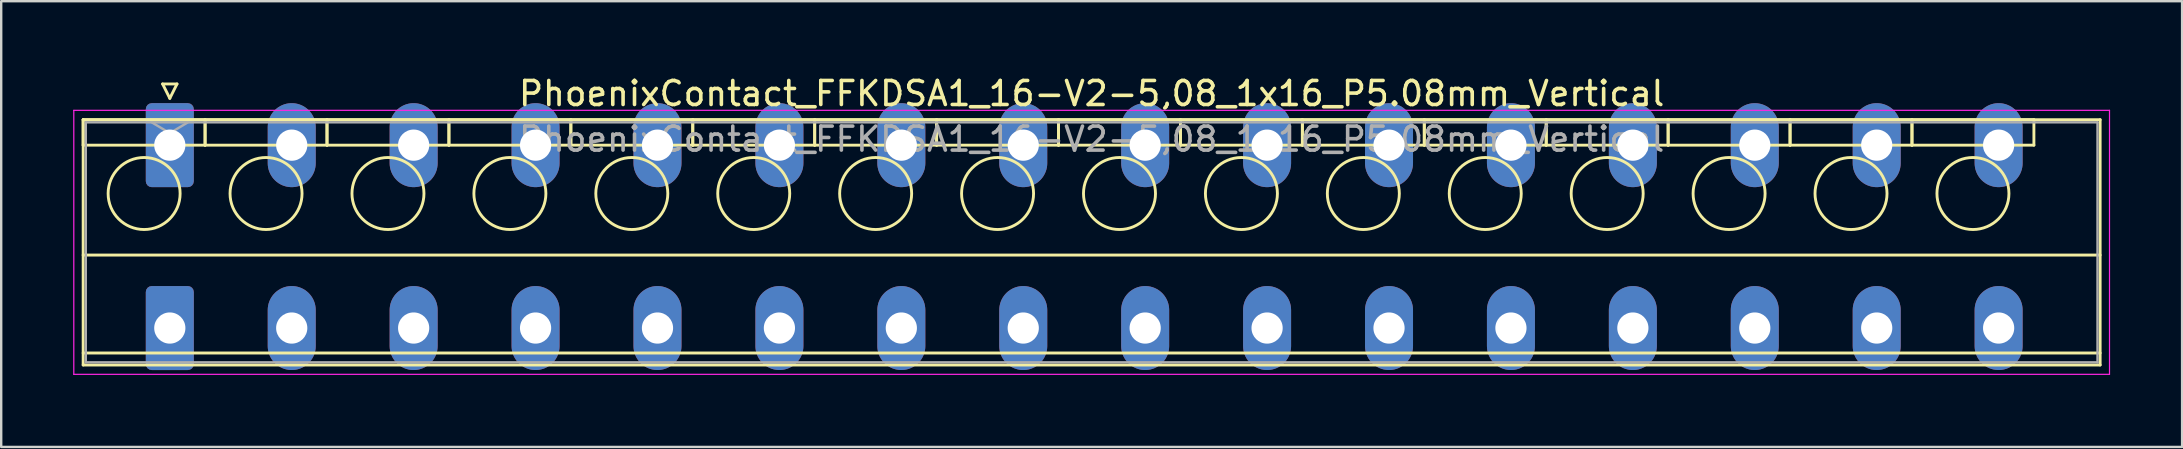
<source format=kicad_pcb>
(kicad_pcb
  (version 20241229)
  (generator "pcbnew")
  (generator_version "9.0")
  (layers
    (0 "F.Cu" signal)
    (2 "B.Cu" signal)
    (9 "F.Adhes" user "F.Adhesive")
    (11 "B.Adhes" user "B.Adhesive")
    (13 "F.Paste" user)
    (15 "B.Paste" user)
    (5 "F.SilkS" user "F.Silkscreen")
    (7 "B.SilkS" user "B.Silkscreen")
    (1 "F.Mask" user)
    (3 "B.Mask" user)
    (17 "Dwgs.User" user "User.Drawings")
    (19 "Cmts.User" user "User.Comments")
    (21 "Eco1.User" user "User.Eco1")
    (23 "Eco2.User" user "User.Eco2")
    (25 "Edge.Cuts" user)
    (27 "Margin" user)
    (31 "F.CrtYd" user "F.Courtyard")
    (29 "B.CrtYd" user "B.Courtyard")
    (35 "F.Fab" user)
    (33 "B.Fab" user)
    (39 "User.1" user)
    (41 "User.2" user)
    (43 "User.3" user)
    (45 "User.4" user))
  (footprint "PhoenixContact_FFKDSA1_16-V2-5,08_1x16_P5.08mm_Vertical"
    (layer "F.Cu")
    (at 4.025 2.998)
    (property "Reference" "PhoenixContact_FFKDSA1_16-V2-5,08_1x16_P5.08mm_Vertical" (at 38.41 -2.15 0) (layer "F.SilkS") (effects (font (size 1 1) (thickness 0.15))))
    (attr through_hole)
    (fp_line (start -3.61 -1.06) (end -3.61 0) (stroke (width 0.12) (type solid)) (layer "F.SilkS"))
    (fp_line (start -3.61 -1.06) (end -3.61 9.16) (stroke (width 0.12) (type solid)) (layer "F.SilkS"))
    (fp_line (start -3.61 0) (end 1.47 0) (stroke (width 0.12) (type solid)) (layer "F.SilkS"))
    (fp_line (start -3.61 4.58) (end 80.43 4.58) (stroke (width 0.12) (type solid)) (layer "F.SilkS"))
    (fp_line (start -3.61 8.66) (end 80.43 8.66) (stroke (width 0.12) (type solid)) (layer "F.SilkS"))
    (fp_line (start -3.61 9.16) (end 80.43 9.16) (stroke (width 0.12) (type solid)) (layer "F.SilkS"))
    (fp_line (start -0.3 -2.55) (end 0.3 -2.55) (stroke (width 0.12) (type solid)) (layer "F.SilkS"))
    (fp_line (start 0 -1.95) (end -0.3 -2.55) (stroke (width 0.12) (type solid)) (layer "F.SilkS"))
    (fp_line (start 0.3 -2.55) (end 0 -1.95) (stroke (width 0.12) (type solid)) (layer "F.SilkS"))
    (fp_line (start 1.47 -1.06) (end -3.61 -1.06) (stroke (width 0.12) (type solid)) (layer "F.SilkS"))
    (fp_line (start 1.47 -1.06) (end 1.47 0) (stroke (width 0.12) (type solid)) (layer "F.SilkS"))
    (fp_line (start 1.47 0) (end 1.47 -1.06) (stroke (width 0.12) (type solid)) (layer "F.SilkS"))
    (fp_line (start 1.47 0) (end 6.55 0) (stroke (width 0.12) (type solid)) (layer "F.SilkS"))
    (fp_line (start 6.55 -1.06) (end 1.47 -1.06) (stroke (width 0.12) (type solid)) (layer "F.SilkS"))
    (fp_line (start 6.55 -1.06) (end 6.55 0) (stroke (width 0.12) (type solid)) (layer "F.SilkS"))
    (fp_line (start 6.55 0) (end 6.55 -1.06) (stroke (width 0.12) (type solid)) (layer "F.SilkS"))
    (fp_line (start 6.55 0) (end 11.63 0) (stroke (width 0.12) (type solid)) (layer "F.SilkS"))
    (fp_line (start 11.63 -1.06) (end 6.55 -1.06) (stroke (width 0.12) (type solid)) (layer "F.SilkS"))
    (fp_line (start 11.63 -1.06) (end 11.63 0) (stroke (width 0.12) (type solid)) (layer "F.SilkS"))
    (fp_line (start 11.63 0) (end 11.63 -1.06) (stroke (width 0.12) (type solid)) (layer "F.SilkS"))
    (fp_line (start 11.63 0) (end 16.71 0) (stroke (width 0.12) (type solid)) (layer "F.SilkS"))
    (fp_line (start 16.71 -1.06) (end 11.63 -1.06) (stroke (width 0.12) (type solid)) (layer "F.SilkS"))
    (fp_line (start 16.71 -1.06) (end 16.71 0) (stroke (width 0.12) (type solid)) (layer "F.SilkS"))
    (fp_line (start 16.71 0) (end 16.71 -1.06) (stroke (width 0.12) (type solid)) (layer "F.SilkS"))
    (fp_line (start 16.71 0) (end 21.79 0) (stroke (width 0.12) (type solid)) (layer "F.SilkS"))
    (fp_line (start 21.79 -1.06) (end 16.71 -1.06) (stroke (width 0.12) (type solid)) (layer "F.SilkS"))
    (fp_line (start 21.79 -1.06) (end 21.79 0) (stroke (width 0.12) (type solid)) (layer "F.SilkS"))
    (fp_line (start 21.79 0) (end 21.79 -1.06) (stroke (width 0.12) (type solid)) (layer "F.SilkS"))
    (fp_line (start 21.79 0) (end 26.87 0) (stroke (width 0.12) (type solid)) (layer "F.SilkS"))
    (fp_line (start 26.87 -1.06) (end 21.79 -1.06) (stroke (width 0.12) (type solid)) (layer "F.SilkS"))
    (fp_line (start 26.87 -1.06) (end 26.87 0) (stroke (width 0.12) (type solid)) (layer "F.SilkS"))
    (fp_line (start 26.87 0) (end 26.87 -1.06) (stroke (width 0.12) (type solid)) (layer "F.SilkS"))
    (fp_line (start 26.87 0) (end 31.95 0) (stroke (width 0.12) (type solid)) (layer "F.SilkS"))
    (fp_line (start 31.95 -1.06) (end 26.87 -1.06) (stroke (width 0.12) (type solid)) (layer "F.SilkS"))
    (fp_line (start 31.95 -1.06) (end 31.95 0) (stroke (width 0.12) (type solid)) (layer "F.SilkS"))
    (fp_line (start 31.95 0) (end 31.95 -1.06) (stroke (width 0.12) (type solid)) (layer "F.SilkS"))
    (fp_line (start 31.95 0) (end 37.03 0) (stroke (width 0.12) (type solid)) (layer "F.SilkS"))
    (fp_line (start 37.03 -1.06) (end 31.95 -1.06) (stroke (width 0.12) (type solid)) (layer "F.SilkS"))
    (fp_line (start 37.03 -1.06) (end 37.03 0) (stroke (width 0.12) (type solid)) (layer "F.SilkS"))
    (fp_line (start 37.03 0) (end 37.03 -1.06) (stroke (width 0.12) (type solid)) (layer "F.SilkS"))
    (fp_line (start 37.03 0) (end 42.11 0) (stroke (width 0.12) (type solid)) (layer "F.SilkS"))
    (fp_line (start 42.11 -1.06) (end 37.03 -1.06) (stroke (width 0.12) (type solid)) (layer "F.SilkS"))
    (fp_line (start 42.11 -1.06) (end 42.11 0) (stroke (width 0.12) (type solid)) (layer "F.SilkS"))
    (fp_line (start 42.11 0) (end 42.11 -1.06) (stroke (width 0.12) (type solid)) (layer "F.SilkS"))
    (fp_line (start 42.11 0) (end 47.19 0) (stroke (width 0.12) (type solid)) (layer "F.SilkS"))
    (fp_line (start 47.19 -1.06) (end 42.11 -1.06) (stroke (width 0.12) (type solid)) (layer "F.SilkS"))
    (fp_line (start 47.19 -1.06) (end 47.19 0) (stroke (width 0.12) (type solid)) (layer "F.SilkS"))
    (fp_line (start 47.19 0) (end 47.19 -1.06) (stroke (width 0.12) (type solid)) (layer "F.SilkS"))
    (fp_line (start 47.19 0) (end 52.27 0) (stroke (width 0.12) (type solid)) (layer "F.SilkS"))
    (fp_line (start 52.27 -1.06) (end 47.19 -1.06) (stroke (width 0.12) (type solid)) (layer "F.SilkS"))
    (fp_line (start 52.27 -1.06) (end 52.27 0) (stroke (width 0.12) (type solid)) (layer "F.SilkS"))
    (fp_line (start 52.27 0) (end 52.27 -1.06) (stroke (width 0.12) (type solid)) (layer "F.SilkS"))
    (fp_line (start 52.27 0) (end 57.35 0) (stroke (width 0.12) (type solid)) (layer "F.SilkS"))
    (fp_line (start 57.35 -1.06) (end 52.27 -1.06) (stroke (width 0.12) (type solid)) (layer "F.SilkS"))
    (fp_line (start 57.35 -1.06) (end 57.35 0) (stroke (width 0.12) (type solid)) (layer "F.SilkS"))
    (fp_line (start 57.35 0) (end 57.35 -1.06) (stroke (width 0.12) (type solid)) (layer "F.SilkS"))
    (fp_line (start 57.35 0) (end 62.43 0) (stroke (width 0.12) (type solid)) (layer "F.SilkS"))
    (fp_line (start 62.43 -1.06) (end 57.35 -1.06) (stroke (width 0.12) (type solid)) (layer "F.SilkS"))
    (fp_line (start 62.43 -1.06) (end 62.43 0) (stroke (width 0.12) (type solid)) (layer "F.SilkS"))
    (fp_line (start 62.43 0) (end 62.43 -1.06) (stroke (width 0.12) (type solid)) (layer "F.SilkS"))
    (fp_line (start 62.43 0) (end 67.51 0) (stroke (width 0.12) (type solid)) (layer "F.SilkS"))
    (fp_line (start 67.51 -1.06) (end 62.43 -1.06) (stroke (width 0.12) (type solid)) (layer "F.SilkS"))
    (fp_line (start 67.51 -1.06) (end 67.51 0) (stroke (width 0.12) (type solid)) (layer "F.SilkS"))
    (fp_line (start 67.51 0) (end 67.51 -1.06) (stroke (width 0.12) (type solid)) (layer "F.SilkS"))
    (fp_line (start 67.51 0) (end 72.59 0) (stroke (width 0.12) (type solid)) (layer "F.SilkS"))
    (fp_line (start 72.59 -1.06) (end 67.51 -1.06) (stroke (width 0.12) (type solid)) (layer "F.SilkS"))
    (fp_line (start 72.59 -1.06) (end 72.59 0) (stroke (width 0.12) (type solid)) (layer "F.SilkS"))
    (fp_line (start 72.59 0) (end 72.59 -1.06) (stroke (width 0.12) (type solid)) (layer "F.SilkS"))
    (fp_line (start 72.59 0) (end 77.67 0) (stroke (width 0.12) (type solid)) (layer "F.SilkS"))
    (fp_line (start 77.67 -1.06) (end 72.59 -1.06) (stroke (width 0.12) (type solid)) (layer "F.SilkS"))
    (fp_line (start 77.67 0) (end 77.67 -1.06) (stroke (width 0.12) (type solid)) (layer "F.SilkS"))
    (fp_line (start 80.43 -1.06) (end -3.61 -1.06) (stroke (width 0.12) (type solid)) (layer "F.SilkS"))
    (fp_line (start 80.43 9.16) (end 80.43 -1.06) (stroke (width 0.12) (type solid)) (layer "F.SilkS"))
    (fp_circle (center -1.07 2.015) (end 0.43 2.015) (stroke (width 0.12) (type solid)) (fill no) (layer "F.SilkS"))
    (fp_circle (center 4.01 2.015) (end 5.51 2.015) (stroke (width 0.12) (type solid)) (fill no) (layer "F.SilkS"))
    (fp_circle (center 9.09 2.015) (end 10.59 2.015) (stroke (width 0.12) (type solid)) (fill no) (layer "F.SilkS"))
    (fp_circle (center 14.17 2.015) (end 15.67 2.015) (stroke (width 0.12) (type solid)) (fill no) (layer "F.SilkS"))
    (fp_circle (center 19.25 2.015) (end 20.75 2.015) (stroke (width 0.12) (type solid)) (fill no) (layer "F.SilkS"))
    (fp_circle (center 24.33 2.015) (end 25.83 2.015) (stroke (width 0.12) (type solid)) (fill no) (layer "F.SilkS"))
    (fp_circle (center 29.41 2.015) (end 30.91 2.015) (stroke (width 0.12) (type solid)) (fill no) (layer "F.SilkS"))
    (fp_circle (center 34.49 2.015) (end 35.99 2.015) (stroke (width 0.12) (type solid)) (fill no) (layer "F.SilkS"))
    (fp_circle (center 39.57 2.015) (end 41.07 2.015) (stroke (width 0.12) (type solid)) (fill no) (layer "F.SilkS"))
    (fp_circle (center 44.65 2.015) (end 46.15 2.015) (stroke (width 0.12) (type solid)) (fill no) (layer "F.SilkS"))
    (fp_circle (center 49.73 2.015) (end 51.23 2.015) (stroke (width 0.12) (type solid)) (fill no) (layer "F.SilkS"))
    (fp_circle (center 54.81 2.015) (end 56.31 2.015) (stroke (width 0.12) (type solid)) (fill no) (layer "F.SilkS"))
    (fp_circle (center 59.89 2.015) (end 61.39 2.015) (stroke (width 0.12) (type solid)) (fill no) (layer "F.SilkS"))
    (fp_circle (center 64.97 2.015) (end 66.47 2.015) (stroke (width 0.12) (type solid)) (fill no) (layer "F.SilkS"))
    (fp_circle (center 70.05 2.015) (end 71.55 2.015) (stroke (width 0.12) (type solid)) (fill no) (layer "F.SilkS"))
    (fp_circle (center 75.13 2.015) (end 76.63 2.015) (stroke (width 0.12) (type solid)) (fill no) (layer "F.SilkS"))
    (fp_line (start -4 -1.45) (end -4 9.55) (stroke (width 0.05) (type solid)) (layer "F.CrtYd"))
    (fp_line (start -4 9.55) (end 80.82 9.55) (stroke (width 0.05) (type solid)) (layer "F.CrtYd"))
    (fp_line (start 80.82 -1.45) (end -4 -1.45) (stroke (width 0.05) (type solid)) (layer "F.CrtYd"))
    (fp_line (start 80.82 9.55) (end 80.82 -1.45) (stroke (width 0.05) (type solid)) (layer "F.CrtYd"))
    (fp_line (start -3.5 -0.95) (end -3.5 9.05) (stroke (width 0.1) (type solid)) (layer "F.Fab"))
    (fp_line (start -3.5 9.05) (end 80.32 9.05) (stroke (width 0.1) (type solid)) (layer "F.Fab"))
    (fp_line (start 0 -0.5) (end -0.75 -0.95) (stroke (width 0.1) (type solid)) (layer "F.Fab"))
    (fp_line (start 0.75 -0.95) (end 0 -0.5) (stroke (width 0.1) (type solid)) (layer "F.Fab"))
    (fp_line (start 80.32 -0.95) (end -3.5 -0.95) (stroke (width 0.1) (type solid)) (layer "F.Fab"))
    (fp_line (start 80.32 9.05) (end 80.32 -0.95) (stroke (width 0.1) (type solid)) (layer "F.Fab"))
    (fp_text user "${REFERENCE}" (at 38.41 -0.25 0) (layer "F.Fab") (effects (font (size 1 1) (thickness 0.15))))
    (pad "1" thru_hole roundrect (at 0 0) (size 2 3.5) (drill 1.3) (layers "*.Cu" "*.Mask") (roundrect_rratio 0.125))
    (pad "1" thru_hole roundrect (at 0 7.62) (size 2 3.5) (drill 1.3) (layers "*.Cu" "*.Mask") (roundrect_rratio 0.125))
    (pad "2" thru_hole oval (at 5.08 0) (size 2 3.5) (drill 1.3) (layers "*.Cu" "*.Mask"))
    (pad "2" thru_hole oval (at 5.08 7.62) (size 2 3.5) (drill 1.3) (layers "*.Cu" "*.Mask"))
    (pad "3" thru_hole oval (at 10.16 0) (size 2 3.5) (drill 1.3) (layers "*.Cu" "*.Mask"))
    (pad "3" thru_hole oval (at 10.16 7.62) (size 2 3.5) (drill 1.3) (layers "*.Cu" "*.Mask"))
    (pad "4" thru_hole oval (at 15.24 0) (size 2 3.5) (drill 1.3) (layers "*.Cu" "*.Mask"))
    (pad "4" thru_hole oval (at 15.24 7.62) (size 2 3.5) (drill 1.3) (layers "*.Cu" "*.Mask"))
    (pad "5" thru_hole oval (at 20.32 0) (size 2 3.5) (drill 1.3) (layers "*.Cu" "*.Mask"))
    (pad "5" thru_hole oval (at 20.32 7.62) (size 2 3.5) (drill 1.3) (layers "*.Cu" "*.Mask"))
    (pad "6" thru_hole oval (at 25.4 0) (size 2 3.5) (drill 1.3) (layers "*.Cu" "*.Mask"))
    (pad "6" thru_hole oval (at 25.4 7.62) (size 2 3.5) (drill 1.3) (layers "*.Cu" "*.Mask"))
    (pad "7" thru_hole oval (at 30.48 0) (size 2 3.5) (drill 1.3) (layers "*.Cu" "*.Mask"))
    (pad "7" thru_hole oval (at 30.48 7.62) (size 2 3.5) (drill 1.3) (layers "*.Cu" "*.Mask"))
    (pad "8" thru_hole oval (at 35.56 0) (size 2 3.5) (drill 1.3) (layers "*.Cu" "*.Mask"))
    (pad "8" thru_hole oval (at 35.56 7.62) (size 2 3.5) (drill 1.3) (layers "*.Cu" "*.Mask"))
    (pad "9" thru_hole oval (at 40.64 0) (size 2 3.5) (drill 1.3) (layers "*.Cu" "*.Mask"))
    (pad "9" thru_hole oval (at 40.64 7.62) (size 2 3.5) (drill 1.3) (layers "*.Cu" "*.Mask"))
    (pad "10" thru_hole oval (at 45.72 0) (size 2 3.5) (drill 1.3) (layers "*.Cu" "*.Mask"))
    (pad "10" thru_hole oval (at 45.72 7.62) (size 2 3.5) (drill 1.3) (layers "*.Cu" "*.Mask"))
    (pad "11" thru_hole oval (at 50.8 0) (size 2 3.5) (drill 1.3) (layers "*.Cu" "*.Mask"))
    (pad "11" thru_hole oval (at 50.8 7.62) (size 2 3.5) (drill 1.3) (layers "*.Cu" "*.Mask"))
    (pad "12" thru_hole oval (at 55.88 0) (size 2 3.5) (drill 1.3) (layers "*.Cu" "*.Mask"))
    (pad "12" thru_hole oval (at 55.88 7.62) (size 2 3.5) (drill 1.3) (layers "*.Cu" "*.Mask"))
    (pad "13" thru_hole oval (at 60.96 0) (size 2 3.5) (drill 1.3) (layers "*.Cu" "*.Mask"))
    (pad "13" thru_hole oval (at 60.96 7.62) (size 2 3.5) (drill 1.3) (layers "*.Cu" "*.Mask"))
    (pad "14" thru_hole oval (at 66.04 0) (size 2 3.5) (drill 1.3) (layers "*.Cu" "*.Mask"))
    (pad "14" thru_hole oval (at 66.04 7.62) (size 2 3.5) (drill 1.3) (layers "*.Cu" "*.Mask"))
    (pad "15" thru_hole oval (at 71.12 0) (size 2 3.5) (drill 1.3) (layers "*.Cu" "*.Mask"))
    (pad "15" thru_hole oval (at 71.12 7.62) (size 2 3.5) (drill 1.3) (layers "*.Cu" "*.Mask"))
    (pad "16" thru_hole oval (at 76.2 0) (size 2 3.5) (drill 1.3) (layers "*.Cu" "*.Mask"))
    (pad "16" thru_hole oval (at 76.2 7.62) (size 2 3.5) (drill 1.3) (layers "*.Cu" "*.Mask")))
  (gr_rect
    (start -3 -3)
    (end 87.87 15.573)
    (stroke (width 0.1) (type default))
    (fill no)
    (layer "Edge.Cuts")))
</source>
